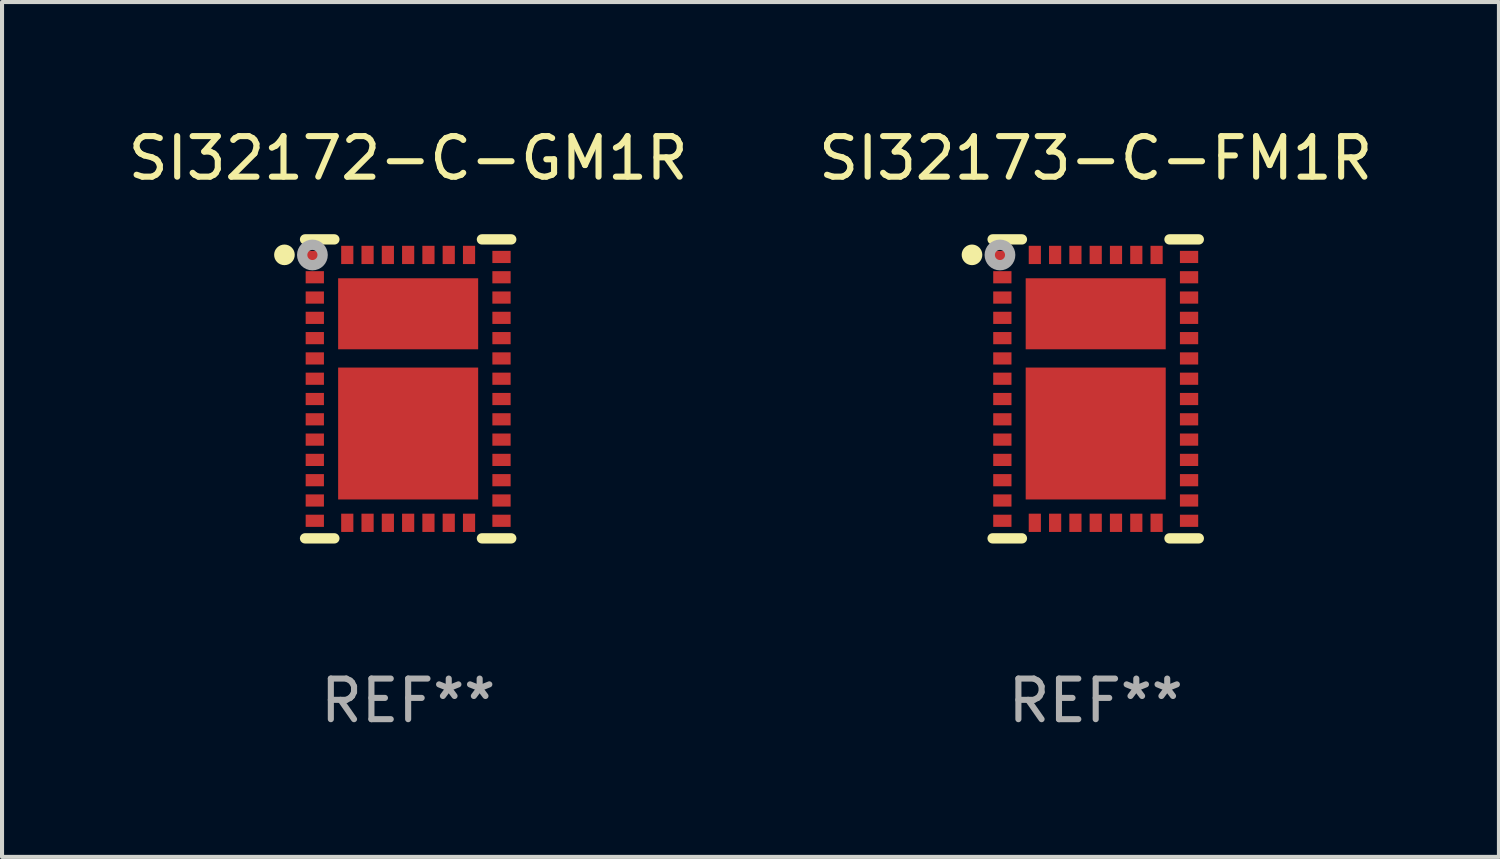
<source format=kicad_pcb>
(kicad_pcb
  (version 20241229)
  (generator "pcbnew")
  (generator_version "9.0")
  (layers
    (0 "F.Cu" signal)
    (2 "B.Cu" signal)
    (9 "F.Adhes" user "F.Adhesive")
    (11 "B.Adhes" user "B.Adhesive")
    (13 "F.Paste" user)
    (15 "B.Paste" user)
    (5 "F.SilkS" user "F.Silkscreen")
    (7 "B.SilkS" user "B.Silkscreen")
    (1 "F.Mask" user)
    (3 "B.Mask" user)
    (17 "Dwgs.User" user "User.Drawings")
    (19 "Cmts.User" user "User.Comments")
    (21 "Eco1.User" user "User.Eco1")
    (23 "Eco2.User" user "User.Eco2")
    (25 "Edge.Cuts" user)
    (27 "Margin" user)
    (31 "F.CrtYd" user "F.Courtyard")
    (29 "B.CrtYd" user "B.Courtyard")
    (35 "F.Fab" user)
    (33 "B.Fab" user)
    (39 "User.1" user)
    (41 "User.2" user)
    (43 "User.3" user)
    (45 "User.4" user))
  (footprint "SI32172-C-GM1R"
    (layer "F.Cu")
    (at 7.006 6.531)
    (property "Reference" "SI32172-C-GM1R" (at 0 -5.683 0) (layer "F.SilkS") (effects (font (size 1 1) (thickness 0.15))))
    (attr through_hole)
    (fp_line (start -1.818 -3.683) (end -2.54 -3.683) (stroke (width 0.254) (type solid)) (layer "F.SilkS"))
    (fp_line (start -1.818 3.683) (end -2.54 3.683) (stroke (width 0.254) (type solid)) (layer "F.SilkS"))
    (fp_line (start 1.818 -3.683) (end 2.54 -3.683) (stroke (width 0.254) (type solid)) (layer "F.SilkS"))
    (fp_line (start 1.818 3.683) (end 2.54 3.683) (stroke (width 0.254) (type solid)) (layer "F.SilkS"))
    (fp_circle (center -3.048 -3.302) (end -2.921 -3.302) (stroke (width 0.254) (type solid)) (fill no) (layer "F.SilkS"))
    (fp_circle (center -2.5 -3.5) (end -2.47 -3.5) (stroke (width 0.06) (type solid)) (fill no) (layer "F.SilkS"))
    (fp_circle (center -2.359 -3.299) (end -2.234 -3.299) (stroke (width 0.254) (type solid)) (fill no) (layer "F.Fab"))
    (fp_text user "REF**" (at 0 7.683 0) (layer "F.Fab") (effects (font (size 1 1) (thickness 0.15))))
    (pad "1" smd rect (at -2.3 -3.25) (size 0.45 0.3) (layers "F.Cu" "F.Mask" "F.Paste"))
    (pad "2" smd rect (at -2.3 -2.75) (size 0.45 0.3) (layers "F.Cu" "F.Mask" "F.Paste"))
    (pad "3" smd rect (at -2.3 -2.25) (size 0.45 0.3) (layers "F.Cu" "F.Mask" "F.Paste"))
    (pad "4" smd rect (at -2.3 -1.75) (size 0.45 0.3) (layers "F.Cu" "F.Mask" "F.Paste"))
    (pad "5" smd rect (at -2.3 -1.25) (size 0.45 0.3) (layers "F.Cu" "F.Mask" "F.Paste"))
    (pad "6" smd rect (at -2.3 -0.75) (size 0.45 0.3) (layers "F.Cu" "F.Mask" "F.Paste"))
    (pad "7" smd rect (at -2.3 -0.25) (size 0.45 0.3) (layers "F.Cu" "F.Mask" "F.Paste"))
    (pad "8" smd rect (at -2.3 0.25) (size 0.45 0.3) (layers "F.Cu" "F.Mask" "F.Paste"))
    (pad "9" smd rect (at -2.3 0.75) (size 0.45 0.3) (layers "F.Cu" "F.Mask" "F.Paste"))
    (pad "10" smd rect (at -2.3 1.25) (size 0.45 0.3) (layers "F.Cu" "F.Mask" "F.Paste"))
    (pad "11" smd rect (at -2.3 1.75) (size 0.45 0.3) (layers "F.Cu" "F.Mask" "F.Paste"))
    (pad "12" smd rect (at -2.3 2.25) (size 0.45 0.3) (layers "F.Cu" "F.Mask" "F.Paste"))
    (pad "13" smd rect (at -2.3 2.75) (size 0.45 0.3) (layers "F.Cu" "F.Mask" "F.Paste"))
    (pad "14" smd rect (at -2.3 3.25) (size 0.45 0.3) (layers "F.Cu" "F.Mask" "F.Paste"))
    (pad "15" smd rect (at -1.5 3.3 90) (size 0.45 0.3) (layers "F.Cu" "F.Mask" "F.Paste"))
    (pad "16" smd rect (at -1 3.3 90) (size 0.45 0.3) (layers "F.Cu" "F.Mask" "F.Paste"))
    (pad "17" smd rect (at -0.5 3.3 90) (size 0.45 0.3) (layers "F.Cu" "F.Mask" "F.Paste"))
    (pad "18" smd rect (at 0 3.3 90) (size 0.45 0.3) (layers "F.Cu" "F.Mask" "F.Paste"))
    (pad "19" smd rect (at 0.5 3.3 90) (size 0.45 0.3) (layers "F.Cu" "F.Mask" "F.Paste"))
    (pad "20" smd rect (at 1 3.3 90) (size 0.45 0.3) (layers "F.Cu" "F.Mask" "F.Paste"))
    (pad "21" smd rect (at 1.5 3.3 90) (size 0.45 0.3) (layers "F.Cu" "F.Mask" "F.Paste"))
    (pad "22" smd rect (at 2.3 3.25 180) (size 0.45 0.3) (layers "F.Cu" "F.Mask" "F.Paste"))
    (pad "23" smd rect (at 2.3 2.75 180) (size 0.45 0.3) (layers "F.Cu" "F.Mask" "F.Paste"))
    (pad "24" smd rect (at 2.3 2.25 180) (size 0.45 0.3) (layers "F.Cu" "F.Mask" "F.Paste"))
    (pad "25" smd rect (at 2.3 1.75 180) (size 0.45 0.3) (layers "F.Cu" "F.Mask" "F.Paste"))
    (pad "26" smd rect (at 2.3 1.25 180) (size 0.45 0.3) (layers "F.Cu" "F.Mask" "F.Paste"))
    (pad "27" smd rect (at 2.3 0.75 180) (size 0.45 0.3) (layers "F.Cu" "F.Mask" "F.Paste"))
    (pad "28" smd rect (at 2.3 0.25 180) (size 0.45 0.3) (layers "F.Cu" "F.Mask" "F.Paste"))
    (pad "29" smd rect (at 2.3 -0.25 180) (size 0.45 0.3) (layers "F.Cu" "F.Mask" "F.Paste"))
    (pad "30" smd rect (at 2.3 -0.75 180) (size 0.45 0.3) (layers "F.Cu" "F.Mask" "F.Paste"))
    (pad "31" smd rect (at 2.3 -1.25 180) (size 0.45 0.3) (layers "F.Cu" "F.Mask" "F.Paste"))
    (pad "32" smd rect (at 2.3 -1.75 180) (size 0.45 0.3) (layers "F.Cu" "F.Mask" "F.Paste"))
    (pad "33" smd rect (at 2.3 -2.25 180) (size 0.45 0.3) (layers "F.Cu" "F.Mask" "F.Paste"))
    (pad "34" smd rect (at 2.3 -2.75 180) (size 0.45 0.3) (layers "F.Cu" "F.Mask" "F.Paste"))
    (pad "35" smd rect (at 2.3 -3.25 180) (size 0.45 0.3) (layers "F.Cu" "F.Mask" "F.Paste"))
    (pad "36" smd rect (at 1.5 -3.3 270) (size 0.45 0.3) (layers "F.Cu" "F.Mask" "F.Paste"))
    (pad "37" smd rect (at 1 -3.3 270) (size 0.45 0.3) (layers "F.Cu" "F.Mask" "F.Paste"))
    (pad "38" smd rect (at 0.5 -3.3 270) (size 0.45 0.3) (layers "F.Cu" "F.Mask" "F.Paste"))
    (pad "39" smd rect (at 0 -3.3 270) (size 0.45 0.3) (layers "F.Cu" "F.Mask" "F.Paste"))
    (pad "40" smd rect (at -0.5 -3.3 270) (size 0.45 0.3) (layers "F.Cu" "F.Mask" "F.Paste"))
    (pad "41" smd rect (at -1 -3.3 270) (size 0.45 0.3) (layers "F.Cu" "F.Mask" "F.Paste"))
    (pad "42" smd rect (at -1.5 -3.3 270) (size 0.45 0.3) (layers "F.Cu" "F.Mask" "F.Paste"))
    (pad "43" smd rect (at 0 1.1 270) (size 3.25 3.45) (layers "F.Cu" "F.Mask" "F.Paste"))
    (pad "44" smd rect (at 0 -1.85 270) (size 1.75 3.45) (layers "F.Cu" "F.Mask" "F.Paste")))
  (footprint "SI32173-C-FM1R"
    (layer "F.Cu")
    (at 23.946 6.531)
    (property "Reference" "SI32173-C-FM1R" (at 0 -5.683 0) (layer "F.SilkS") (effects (font (size 1 1) (thickness 0.15))))
    (attr through_hole)
    (fp_line (start -1.818 -3.683) (end -2.54 -3.683) (stroke (width 0.254) (type solid)) (layer "F.SilkS"))
    (fp_line (start -1.818 3.683) (end -2.54 3.683) (stroke (width 0.254) (type solid)) (layer "F.SilkS"))
    (fp_line (start 1.818 -3.683) (end 2.54 -3.683) (stroke (width 0.254) (type solid)) (layer "F.SilkS"))
    (fp_line (start 1.818 3.683) (end 2.54 3.683) (stroke (width 0.254) (type solid)) (layer "F.SilkS"))
    (fp_circle (center -3.048 -3.302) (end -2.921 -3.302) (stroke (width 0.254) (type solid)) (fill no) (layer "F.SilkS"))
    (fp_circle (center -2.5 -3.5) (end -2.47 -3.5) (stroke (width 0.06) (type solid)) (fill no) (layer "F.SilkS"))
    (fp_circle (center -2.359 -3.299) (end -2.234 -3.299) (stroke (width 0.254) (type solid)) (fill no) (layer "F.Fab"))
    (fp_text user "REF**" (at 0 7.683 0) (layer "F.Fab") (effects (font (size 1 1) (thickness 0.15))))
    (pad "1" smd rect (at -2.3 -3.25) (size 0.45 0.3) (layers "F.Cu" "F.Mask" "F.Paste"))
    (pad "2" smd rect (at -2.3 -2.75) (size 0.45 0.3) (layers "F.Cu" "F.Mask" "F.Paste"))
    (pad "3" smd rect (at -2.3 -2.25) (size 0.45 0.3) (layers "F.Cu" "F.Mask" "F.Paste"))
    (pad "4" smd rect (at -2.3 -1.75) (size 0.45 0.3) (layers "F.Cu" "F.Mask" "F.Paste"))
    (pad "5" smd rect (at -2.3 -1.25) (size 0.45 0.3) (layers "F.Cu" "F.Mask" "F.Paste"))
    (pad "6" smd rect (at -2.3 -0.75) (size 0.45 0.3) (layers "F.Cu" "F.Mask" "F.Paste"))
    (pad "7" smd rect (at -2.3 -0.25) (size 0.45 0.3) (layers "F.Cu" "F.Mask" "F.Paste"))
    (pad "8" smd rect (at -2.3 0.25) (size 0.45 0.3) (layers "F.Cu" "F.Mask" "F.Paste"))
    (pad "9" smd rect (at -2.3 0.75) (size 0.45 0.3) (layers "F.Cu" "F.Mask" "F.Paste"))
    (pad "10" smd rect (at -2.3 1.25) (size 0.45 0.3) (layers "F.Cu" "F.Mask" "F.Paste"))
    (pad "11" smd rect (at -2.3 1.75) (size 0.45 0.3) (layers "F.Cu" "F.Mask" "F.Paste"))
    (pad "12" smd rect (at -2.3 2.25) (size 0.45 0.3) (layers "F.Cu" "F.Mask" "F.Paste"))
    (pad "13" smd rect (at -2.3 2.75) (size 0.45 0.3) (layers "F.Cu" "F.Mask" "F.Paste"))
    (pad "14" smd rect (at -2.3 3.25) (size 0.45 0.3) (layers "F.Cu" "F.Mask" "F.Paste"))
    (pad "15" smd rect (at -1.5 3.3 90) (size 0.45 0.3) (layers "F.Cu" "F.Mask" "F.Paste"))
    (pad "16" smd rect (at -1 3.3 90) (size 0.45 0.3) (layers "F.Cu" "F.Mask" "F.Paste"))
    (pad "17" smd rect (at -0.5 3.3 90) (size 0.45 0.3) (layers "F.Cu" "F.Mask" "F.Paste"))
    (pad "18" smd rect (at 0 3.3 90) (size 0.45 0.3) (layers "F.Cu" "F.Mask" "F.Paste"))
    (pad "19" smd rect (at 0.5 3.3 90) (size 0.45 0.3) (layers "F.Cu" "F.Mask" "F.Paste"))
    (pad "20" smd rect (at 1 3.3 90) (size 0.45 0.3) (layers "F.Cu" "F.Mask" "F.Paste"))
    (pad "21" smd rect (at 1.5 3.3 90) (size 0.45 0.3) (layers "F.Cu" "F.Mask" "F.Paste"))
    (pad "22" smd rect (at 2.3 3.25 180) (size 0.45 0.3) (layers "F.Cu" "F.Mask" "F.Paste"))
    (pad "23" smd rect (at 2.3 2.75 180) (size 0.45 0.3) (layers "F.Cu" "F.Mask" "F.Paste"))
    (pad "24" smd rect (at 2.3 2.25 180) (size 0.45 0.3) (layers "F.Cu" "F.Mask" "F.Paste"))
    (pad "25" smd rect (at 2.3 1.75 180) (size 0.45 0.3) (layers "F.Cu" "F.Mask" "F.Paste"))
    (pad "26" smd rect (at 2.3 1.25 180) (size 0.45 0.3) (layers "F.Cu" "F.Mask" "F.Paste"))
    (pad "27" smd rect (at 2.3 0.75 180) (size 0.45 0.3) (layers "F.Cu" "F.Mask" "F.Paste"))
    (pad "28" smd rect (at 2.3 0.25 180) (size 0.45 0.3) (layers "F.Cu" "F.Mask" "F.Paste"))
    (pad "29" smd rect (at 2.3 -0.25 180) (size 0.45 0.3) (layers "F.Cu" "F.Mask" "F.Paste"))
    (pad "30" smd rect (at 2.3 -0.75 180) (size 0.45 0.3) (layers "F.Cu" "F.Mask" "F.Paste"))
    (pad "31" smd rect (at 2.3 -1.25 180) (size 0.45 0.3) (layers "F.Cu" "F.Mask" "F.Paste"))
    (pad "32" smd rect (at 2.3 -1.75 180) (size 0.45 0.3) (layers "F.Cu" "F.Mask" "F.Paste"))
    (pad "33" smd rect (at 2.3 -2.25 180) (size 0.45 0.3) (layers "F.Cu" "F.Mask" "F.Paste"))
    (pad "34" smd rect (at 2.3 -2.75 180) (size 0.45 0.3) (layers "F.Cu" "F.Mask" "F.Paste"))
    (pad "35" smd rect (at 2.3 -3.25 180) (size 0.45 0.3) (layers "F.Cu" "F.Mask" "F.Paste"))
    (pad "36" smd rect (at 1.5 -3.3 270) (size 0.45 0.3) (layers "F.Cu" "F.Mask" "F.Paste"))
    (pad "37" smd rect (at 1 -3.3 270) (size 0.45 0.3) (layers "F.Cu" "F.Mask" "F.Paste"))
    (pad "38" smd rect (at 0.5 -3.3 270) (size 0.45 0.3) (layers "F.Cu" "F.Mask" "F.Paste"))
    (pad "39" smd rect (at 0 -3.3 270) (size 0.45 0.3) (layers "F.Cu" "F.Mask" "F.Paste"))
    (pad "40" smd rect (at -0.5 -3.3 270) (size 0.45 0.3) (layers "F.Cu" "F.Mask" "F.Paste"))
    (pad "41" smd rect (at -1 -3.3 270) (size 0.45 0.3) (layers "F.Cu" "F.Mask" "F.Paste"))
    (pad "42" smd rect (at -1.5 -3.3 270) (size 0.45 0.3) (layers "F.Cu" "F.Mask" "F.Paste"))
    (pad "43" smd rect (at 0 1.1 270) (size 3.25 3.45) (layers "F.Cu" "F.Mask" "F.Paste"))
    (pad "44" smd rect (at 0 -1.85 270) (size 1.75 3.45) (layers "F.Cu" "F.Mask" "F.Paste")))
  (gr_rect
    (start -3 -3)
    (end 33.881 18.063)
    (stroke (width 0.1) (type default))
    (fill no)
    (layer "Edge.Cuts")))
</source>
